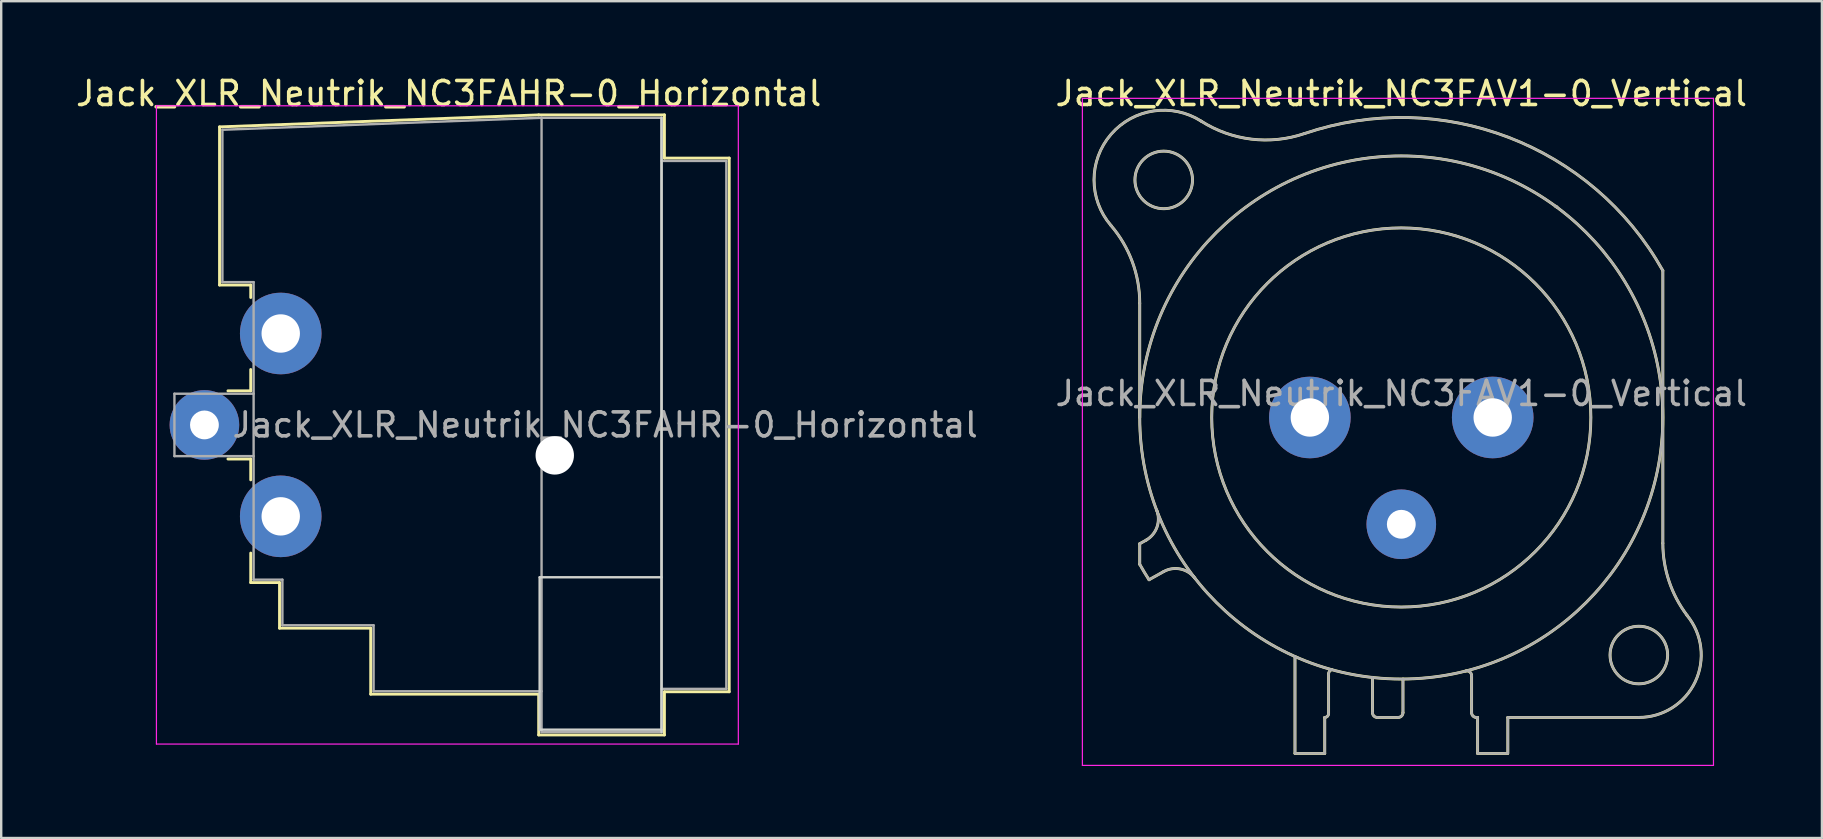
<source format=kicad_pcb>
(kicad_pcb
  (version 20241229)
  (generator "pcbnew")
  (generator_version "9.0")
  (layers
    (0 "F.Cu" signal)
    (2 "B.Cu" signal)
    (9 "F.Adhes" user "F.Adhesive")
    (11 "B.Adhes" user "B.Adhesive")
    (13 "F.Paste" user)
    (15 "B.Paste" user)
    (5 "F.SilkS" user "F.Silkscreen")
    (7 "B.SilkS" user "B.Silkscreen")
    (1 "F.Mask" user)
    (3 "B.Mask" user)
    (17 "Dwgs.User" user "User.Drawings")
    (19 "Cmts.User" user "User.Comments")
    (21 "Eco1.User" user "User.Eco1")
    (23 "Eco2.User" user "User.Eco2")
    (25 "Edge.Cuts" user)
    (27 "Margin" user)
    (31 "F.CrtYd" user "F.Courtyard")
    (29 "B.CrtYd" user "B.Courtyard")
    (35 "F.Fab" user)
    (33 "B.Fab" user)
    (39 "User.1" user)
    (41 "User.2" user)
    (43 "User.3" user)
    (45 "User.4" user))
  (footprint "Jack_XLR_Neutrik_NC3FAV1-0_Vertical"
    (layer "F.Cu")
    (at 59.157 14.348)
    (property "Reference" "Jack_XLR_Neutrik_NC3FAV1-0_Vertical" (at -3.81 -13.5 0) (layer "F.SilkS") (effects (font (size 1 1) (thickness 0.15))))
    (attr through_hole)
    (fp_line (start -14.71 0) (end -14.71 -4.76) (stroke (width 0.12) (type solid)) (layer "F.SilkS"))
    (fp_line (start -14.71 5.26) (end -14.71 6.12) (stroke (width 0.12) (type solid)) (layer "F.SilkS"))
    (fp_line (start -14.44 5.11) (end -14.71 5.26) (stroke (width 0.12) (type solid)) (layer "F.SilkS"))
    (fp_line (start -14.32 6.76) (end -13.71 6.42) (stroke (width 0.12) (type solid)) (layer "F.SilkS"))
    (fp_line (start -8.24 9.96) (end -8.24 14) (stroke (width 0.12) (type solid)) (layer "F.SilkS"))
    (fp_line (start -7 12.5) (end -7 14) (stroke (width 0.12) (type solid)) (layer "F.SilkS"))
    (fp_line (start -7 14) (end -8.24 14) (stroke (width 0.12) (type solid)) (layer "F.SilkS"))
    (fp_line (start -6.84 12.34) (end -6.84 10.69) (stroke (width 0.12) (type solid)) (layer "F.SilkS"))
    (fp_line (start -5.01 10.83) (end -5.01 12.3) (stroke (width 0.12) (type solid)) (layer "F.SilkS"))
    (fp_line (start -3.94 12.5) (end -4.81 12.5) (stroke (width 0.12) (type solid)) (layer "F.SilkS"))
    (fp_line (start -3.74 10.9) (end -3.74 12.3) (stroke (width 0.12) (type solid)) (layer "F.SilkS"))
    (fp_line (start -0.88 12.3) (end -0.88 10.76) (stroke (width 0.12) (type solid)) (layer "F.SilkS"))
    (fp_line (start -0.63 12.5) (end -0.68 12.5) (stroke (width 0.12) (type solid)) (layer "F.SilkS"))
    (fp_line (start -0.63 12.5) (end -0.63 14) (stroke (width 0.12) (type solid)) (layer "F.SilkS"))
    (fp_line (start 0.62 14) (end -0.63 14) (stroke (width 0.12) (type solid)) (layer "F.SilkS"))
    (fp_line (start 0.63 12.5) (end 6.09 12.5) (stroke (width 0.12) (type solid)) (layer "F.SilkS"))
    (fp_line (start 0.63 14) (end 0.63 12.5) (stroke (width 0.12) (type solid)) (layer "F.SilkS"))
    (fp_line (start 7.09 5.24) (end 7.09 -6.12) (stroke (width 0.12) (type solid)) (layer "F.SilkS"))
    (fp_arc (start -15.908829 -8.000856) (mid -15.019313 -6.48774) (end -14.71 -4.76) (stroke (width 0.12) (type solid)) (layer "F.SilkS"))
    (fp_arc (start -15.908236 -8.001617) (mid -15.907486 -11.799251) (end -12.15 -12.35) (stroke (width 0.12) (type solid)) (layer "F.SilkS"))
    (fp_arc (start -14.32314 6.763008) (mid -14.521396 6.444407) (end -14.71 6.12) (stroke (width 0.12) (type solid)) (layer "F.SilkS"))
    (fp_arc (start -14.004283 3.855674) (mid -13.989213 4.56375) (end -14.44 5.11) (stroke (width 0.12) (type solid)) (layer "F.SilkS"))
    (fp_arc (start -13.71 6.42) (mid -13.01025 6.315915) (end -12.412202 6.693832) (stroke (width 0.12) (type solid)) (layer "F.SilkS"))
    (fp_arc (start -7.848035 -11.831177) (mid -10.058192 -11.599923) (end -12.15 -12.35) (stroke (width 0.12) (type solid)) (layer "F.SilkS"))
    (fp_arc (start -7.841153 -11.83276) (mid 0.657009 -11.675197) (end 7.09 -6.12) (stroke (width 0.12) (type solid)) (layer "F.SilkS"))
    (fp_arc (start -6.84 10.69) (mid -6.803713 10.578321) (end -6.708713 10.509299) (stroke (width 0.12) (type solid)) (layer "F.SilkS"))
    (fp_arc (start -6.84 12.34) (mid -6.886863 12.453137) (end -7 12.5) (stroke (width 0.12) (type solid)) (layer "F.SilkS"))
    (fp_arc (start -4.81 12.5) (mid -4.951421 12.441421) (end -5.01 12.3) (stroke (width 0.12) (type solid)) (layer "F.SilkS"))
    (fp_arc (start -3.74 12.3) (mid -3.798579 12.441421) (end -3.94 12.5) (stroke (width 0.12) (type solid)) (layer "F.SilkS"))
    (fp_arc (start -1.1294 10.566197) (mid -0.957281 10.602076) (end -0.88 10.76) (stroke (width 0.12) (type solid)) (layer "F.SilkS"))
    (fp_arc (start -0.68 12.5) (mid -0.821421 12.441421) (end -0.88 12.3) (stroke (width 0.12) (type solid)) (layer "F.SilkS"))
    (fp_arc (start 2.636924 -8.782671) (mid 2.628394 -8.791269) (end 2.62 -8.8) (stroke (width 0.12) (type solid)) (layer "F.SilkS"))
    (fp_arc (start 2.680052 -8.767734) (mid 2.65973 -8.7835) (end 2.64 -8.8) (stroke (width 0.12) (type solid)) (layer "F.SilkS"))
    (fp_arc (start 8.095865 8.245761) (mid 8.441704 11.008824) (end 6.09 12.5) (stroke (width 0.12) (type solid)) (layer "F.SilkS"))
    (fp_arc (start 8.098032 8.243976) (mid 7.348729 6.824298) (end 7.09 5.24) (stroke (width 0.12) (type solid)) (layer "F.SilkS"))
    (fp_circle (center -13.71 -9.9) (end -12.51 -9.9) (stroke (width 0.12) (type solid)) (fill no) (layer "F.SilkS"))
    (fp_circle (center -3.81 0) (end 4.09 0) (stroke (width 0.12) (type solid)) (fill no) (layer "F.SilkS"))
    (fp_circle (center -3.81 0) (end 7.09 0) (stroke (width 0.12) (type solid)) (fill no) (layer "F.SilkS"))
    (fp_circle (center 6.09 9.9) (end 7.29 9.9) (stroke (width 0.12) (type solid)) (fill no) (layer "F.SilkS"))
    (fp_line (start -17.1 -13.3) (end 9.2 -13.3) (stroke (width 0.05) (type solid)) (layer "F.CrtYd"))
    (fp_line (start -17.1 14.5) (end -17.1 -13.3) (stroke (width 0.05) (type solid)) (layer "F.CrtYd"))
    (fp_line (start 9.2 -13.3) (end 9.2 14.5) (stroke (width 0.05) (type solid)) (layer "F.CrtYd"))
    (fp_line (start 9.2 14.5) (end -17.1 14.5) (stroke (width 0.05) (type solid)) (layer "F.CrtYd"))
    (fp_line (start -14.71 0) (end -14.71 -4.76) (stroke (width 0.1) (type solid)) (layer "F.Fab"))
    (fp_line (start -14.71 5.26) (end -14.71 6.12) (stroke (width 0.1) (type solid)) (layer "F.Fab"))
    (fp_line (start -14.44 5.11) (end -14.71 5.26) (stroke (width 0.1) (type solid)) (layer "F.Fab"))
    (fp_line (start -14.32 6.76) (end -13.71 6.42) (stroke (width 0.1) (type solid)) (layer "F.Fab"))
    (fp_line (start -8.24 9.96) (end -8.24 14) (stroke (width 0.1) (type solid)) (layer "F.Fab"))
    (fp_line (start -7 12.5) (end -7 14) (stroke (width 0.1) (type solid)) (layer "F.Fab"))
    (fp_line (start -7 14) (end -8.24 14) (stroke (width 0.1) (type solid)) (layer "F.Fab"))
    (fp_line (start -6.84 12.34) (end -6.84 10.69) (stroke (width 0.1) (type solid)) (layer "F.Fab"))
    (fp_line (start -5.01 10.83) (end -5.01 12.3) (stroke (width 0.1) (type solid)) (layer "F.Fab"))
    (fp_line (start -3.94 12.5) (end -4.81 12.5) (stroke (width 0.1) (type solid)) (layer "F.Fab"))
    (fp_line (start -3.74 10.9) (end -3.74 12.3) (stroke (width 0.1) (type solid)) (layer "F.Fab"))
    (fp_line (start -0.88 12.3) (end -0.88 10.76) (stroke (width 0.1) (type solid)) (layer "F.Fab"))
    (fp_line (start -0.63 12.5) (end -0.68 12.5) (stroke (width 0.1) (type solid)) (layer "F.Fab"))
    (fp_line (start -0.63 12.5) (end -0.63 14) (stroke (width 0.1) (type solid)) (layer "F.Fab"))
    (fp_line (start 0.62 14) (end -0.63 14) (stroke (width 0.1) (type solid)) (layer "F.Fab"))
    (fp_line (start 0.63 12.5) (end 6.09 12.5) (stroke (width 0.1) (type solid)) (layer "F.Fab"))
    (fp_line (start 0.63 14) (end 0.63 12.5) (stroke (width 0.1) (type solid)) (layer "F.Fab"))
    (fp_line (start 7.09 5.24) (end 7.09 -6.12) (stroke (width 0.1) (type solid)) (layer "F.Fab"))
    (fp_arc (start -15.908829 -8.000856) (mid -15.019313 -6.48774) (end -14.71 -4.76) (stroke (width 0.1) (type solid)) (layer "F.Fab"))
    (fp_arc (start -15.908236 -8.001617) (mid -15.907486 -11.799251) (end -12.15 -12.35) (stroke (width 0.1) (type solid)) (layer "F.Fab"))
    (fp_arc (start -14.32314 6.763008) (mid -14.521396 6.444407) (end -14.71 6.12) (stroke (width 0.1) (type solid)) (layer "F.Fab"))
    (fp_arc (start -14.004283 3.855674) (mid -13.989213 4.56375) (end -14.44 5.11) (stroke (width 0.1) (type solid)) (layer "F.Fab"))
    (fp_arc (start -13.71 6.42) (mid -13.01025 6.315915) (end -12.412202 6.693832) (stroke (width 0.1) (type solid)) (layer "F.Fab"))
    (fp_arc (start -7.848035 -11.831177) (mid -10.058192 -11.599923) (end -12.15 -12.35) (stroke (width 0.1) (type solid)) (layer "F.Fab"))
    (fp_arc (start -7.841153 -11.83276) (mid 0.657009 -11.675197) (end 7.09 -6.12) (stroke (width 0.1) (type solid)) (layer "F.Fab"))
    (fp_arc (start -6.84 10.69) (mid -6.803713 10.578321) (end -6.708713 10.509299) (stroke (width 0.1) (type solid)) (layer "F.Fab"))
    (fp_arc (start -6.84 12.34) (mid -6.886863 12.453137) (end -7 12.5) (stroke (width 0.1) (type solid)) (layer "F.Fab"))
    (fp_arc (start -4.81 12.5) (mid -4.951421 12.441421) (end -5.01 12.3) (stroke (width 0.1) (type solid)) (layer "F.Fab"))
    (fp_arc (start -3.74 12.3) (mid -3.798579 12.441421) (end -3.94 12.5) (stroke (width 0.1) (type solid)) (layer "F.Fab"))
    (fp_arc (start -1.1294 10.566197) (mid -0.957281 10.602076) (end -0.88 10.76) (stroke (width 0.1) (type solid)) (layer "F.Fab"))
    (fp_arc (start -0.68 12.5) (mid -0.821421 12.441421) (end -0.88 12.3) (stroke (width 0.1) (type solid)) (layer "F.Fab"))
    (fp_arc (start 2.636924 -8.782671) (mid 2.628394 -8.791269) (end 2.62 -8.8) (stroke (width 0.1) (type solid)) (layer "F.Fab"))
    (fp_arc (start 2.680052 -8.767734) (mid 2.65973 -8.7835) (end 2.64 -8.8) (stroke (width 0.1) (type solid)) (layer "F.Fab"))
    (fp_arc (start 8.095865 8.245761) (mid 8.441704 11.008824) (end 6.09 12.5) (stroke (width 0.1) (type solid)) (layer "F.Fab"))
    (fp_arc (start 8.098032 8.243976) (mid 7.348729 6.824298) (end 7.09 5.24) (stroke (width 0.1) (type solid)) (layer "F.Fab"))
    (fp_circle (center -13.71 -9.9) (end -12.51 -9.9) (stroke (width 0.1) (type solid)) (fill no) (layer "F.Fab"))
    (fp_circle (center -3.81 0) (end 4.09 0) (stroke (width 0.1) (type solid)) (fill no) (layer "F.Fab"))
    (fp_circle (center -3.81 0) (end 7.09 0) (stroke (width 0.1) (type solid)) (fill no) (layer "F.Fab"))
    (fp_circle (center 6.09 9.9) (end 7.29 9.9) (stroke (width 0.1) (type solid)) (fill no) (layer "F.Fab"))
    (fp_text user "${REFERENCE}" (at -3.81 -1 0) (layer "F.Fab") (effects (font (size 1 1) (thickness 0.15))))
    (pad "1" thru_hole circle (at 0 0) (size 3.4 3.4) (drill 1.6) (layers "*.Cu" "*.Mask"))
    (pad "2" thru_hole circle (at -7.62 0) (size 3.4 3.4) (drill 1.6) (layers "*.Cu" "*.Mask"))
    (pad "3" thru_hole circle (at -3.81 4.45) (size 2.9 2.9) (drill 1.2) (layers "*.Cu" "*.Mask")))
  (footprint "Jack_XLR_Neutrik_NC3FAHR-0_Horizontal"
    (layer "F.Cu")
    (at 8.649 10.848)
    (property "Reference" "Jack_XLR_Neutrik_NC3FAHR-0_Horizontal" (at 7 -10 0) (layer "F.SilkS") (effects (font (size 1 1) (thickness 0.15))))
    (attr through_hole)
    (fp_line (start -2.55 -8.61) (end -2.55 -2.02) (stroke (width 0.12) (type solid)) (layer "F.SilkS"))
    (fp_line (start -2.55 -2.02) (end -1.25 -2.02) (stroke (width 0.12) (type solid)) (layer "F.SilkS"))
    (fp_line (start -1.25 -2.02) (end -1.25 -1.5) (stroke (width 0.12) (type solid)) (layer "F.SilkS"))
    (fp_line (start -1.25 1.5) (end -1.25 2.39) (stroke (width 0.12) (type solid)) (layer "F.SilkS"))
    (fp_line (start -1.25 2.39) (end -2.2 2.39) (stroke (width 0.12) (type solid)) (layer "F.SilkS"))
    (fp_line (start -1.25 5.23) (end -2.2 5.23) (stroke (width 0.12) (type solid)) (layer "F.SilkS"))
    (fp_line (start -1.25 5.23) (end -1.25 6.1) (stroke (width 0.12) (type solid)) (layer "F.SilkS"))
    (fp_line (start -1.25 9.15) (end -1.25 10.38) (stroke (width 0.12) (type solid)) (layer "F.SilkS"))
    (fp_line (start -0.05 10.38) (end -1.25 10.38) (stroke (width 0.12) (type solid)) (layer "F.SilkS"))
    (fp_line (start -0.05 10.38) (end -0.05 12.28) (stroke (width 0.12) (type solid)) (layer "F.SilkS"))
    (fp_line (start 3.75 12.28) (end -0.05 12.28) (stroke (width 0.12) (type solid)) (layer "F.SilkS"))
    (fp_line (start 3.75 12.28) (end 3.75 15.03) (stroke (width 0.12) (type solid)) (layer "F.SilkS"))
    (fp_line (start 10.75 -9.11) (end -2.55 -8.61) (stroke (width 0.12) (type solid)) (layer "F.SilkS"))
    (fp_line (start 10.75 15.03) (end 3.75 15.03) (stroke (width 0.12) (type solid)) (layer "F.SilkS"))
    (fp_line (start 10.75 16.73) (end 10.75 15.03) (stroke (width 0.12) (type solid)) (layer "F.SilkS"))
    (fp_line (start 15.99 -9.11) (end 10.75 -9.11) (stroke (width 0.12) (type solid)) (layer "F.SilkS"))
    (fp_line (start 15.99 -9.11) (end 15.99 -7.31) (stroke (width 0.12) (type solid)) (layer "F.SilkS"))
    (fp_line (start 15.99 -7.31) (end 18.69 -7.31) (stroke (width 0.12) (type solid)) (layer "F.SilkS"))
    (fp_line (start 15.99 14.93) (end 15.99 16.73) (stroke (width 0.12) (type solid)) (layer "F.SilkS"))
    (fp_line (start 15.99 14.93) (end 18.69 14.93) (stroke (width 0.12) (type solid)) (layer "F.SilkS"))
    (fp_line (start 15.99 16.73) (end 10.75 16.73) (stroke (width 0.12) (type solid)) (layer "F.SilkS"))
    (fp_line (start 18.69 -7.31) (end 18.69 14.93) (stroke (width 0.12) (type solid)) (layer "F.SilkS"))
    (fp_line (start 10.79 10.16) (end 10.79 16.51) (stroke (width 0.1) (type solid)) (layer "Edge.Cuts"))
    (fp_line (start 10.79 16.51) (end 15.87 16.51) (stroke (width 0.1) (type solid)) (layer "Edge.Cuts"))
    (fp_line (start 15.87 -8.99) (end 15.87 16.61) (stroke (width 0.1) (type solid)) (layer "Edge.Cuts"))
    (fp_line (start 15.87 10.16) (end 10.79 10.16) (stroke (width 0.1) (type solid)) (layer "Edge.Cuts"))
    (fp_line (start -5.18 -9.49) (end -5.18 17.11) (stroke (width 0.05) (type solid)) (layer "F.CrtYd"))
    (fp_line (start 19.07 -9.49) (end -5.18 -9.49) (stroke (width 0.05) (type solid)) (layer "F.CrtYd"))
    (fp_line (start 19.07 -9.49) (end 19.07 17.11) (stroke (width 0.05) (type solid)) (layer "F.CrtYd"))
    (fp_line (start 19.07 17.11) (end -5.18 17.11) (stroke (width 0.05) (type solid)) (layer "F.CrtYd"))
    (fp_line (start -4.43 2.51) (end -4.43 5.11) (stroke (width 0.1) (type solid)) (layer "F.Fab"))
    (fp_line (start -4.43 2.51) (end -1.13 2.51) (stroke (width 0.1) (type solid)) (layer "F.Fab"))
    (fp_line (start -4.43 5.11) (end -1.13 5.11) (stroke (width 0.1) (type solid)) (layer "F.Fab"))
    (fp_line (start -2.43 -8.49) (end -2.43 -2.14) (stroke (width 0.1) (type solid)) (layer "F.Fab"))
    (fp_line (start -2.43 -8.49) (end 10.87 -8.99) (stroke (width 0.1) (type solid)) (layer "F.Fab"))
    (fp_line (start -1.13 -2.14) (end -2.43 -2.14) (stroke (width 0.1) (type solid)) (layer "F.Fab"))
    (fp_line (start -1.13 -2.14) (end -1.13 10.26) (stroke (width 0.1) (type solid)) (layer "F.Fab"))
    (fp_line (start -1.13 10.26) (end 0.07 10.26) (stroke (width 0.1) (type solid)) (layer "F.Fab"))
    (fp_line (start 0.07 10.26) (end 0.07 12.16) (stroke (width 0.1) (type solid)) (layer "F.Fab"))
    (fp_line (start 0.07 12.16) (end 3.87 12.16) (stroke (width 0.1) (type solid)) (layer "F.Fab"))
    (fp_line (start 3.87 12.16) (end 3.87 14.91) (stroke (width 0.1) (type solid)) (layer "F.Fab"))
    (fp_line (start 3.87 14.91) (end 10.87 14.91) (stroke (width 0.1) (type solid)) (layer "F.Fab"))
    (fp_line (start 10.87 -8.99) (end 15.87 -8.99) (stroke (width 0.1) (type solid)) (layer "F.Fab"))
    (fp_line (start 10.87 16.61) (end 10.87 -8.99) (stroke (width 0.1) (type solid)) (layer "F.Fab"))
    (fp_line (start 15.87 -8.99) (end 15.87 16.61) (stroke (width 0.1) (type solid)) (layer "F.Fab"))
    (fp_line (start 15.87 -7.19) (end 18.57 -7.19) (stroke (width 0.1) (type solid)) (layer "F.Fab"))
    (fp_line (start 15.87 16.61) (end 10.87 16.61) (stroke (width 0.1) (type solid)) (layer "F.Fab"))
    (fp_line (start 18.57 -7.19) (end 18.57 14.81) (stroke (width 0.1) (type solid)) (layer "F.Fab"))
    (fp_line (start 18.57 14.81) (end 15.87 14.81) (stroke (width 0.1) (type solid)) (layer "F.Fab"))
    (fp_text user "${REFERENCE}" (at 13.52 3.81 0) (layer "F.Fab") (effects (font (size 1 1) (thickness 0.15))))
    (pad "" np_thru_hole circle (at 11.42 5.08) (size 1.6 1.6) (drill 1.6) (layers "*.Cu" "*.Mask"))
    (pad "1" thru_hole circle (at 0 0) (size 3.4 3.4) (drill 1.6) (layers "*.Cu" "*.Mask"))
    (pad "2" thru_hole circle (at -3.18 3.81) (size 2.9 2.9) (drill 1.2) (layers "*.Cu" "*.Mask"))
    (pad "3" thru_hole circle (at 0 7.62) (size 3.4 3.4) (drill 1.6) (layers "*.Cu" "*.Mask")))
  (gr_rect
    (start -3 -3)
    (end 72.877 31.873)
    (stroke (width 0.1) (type default))
    (fill no)
    (layer "Edge.Cuts")))
</source>
